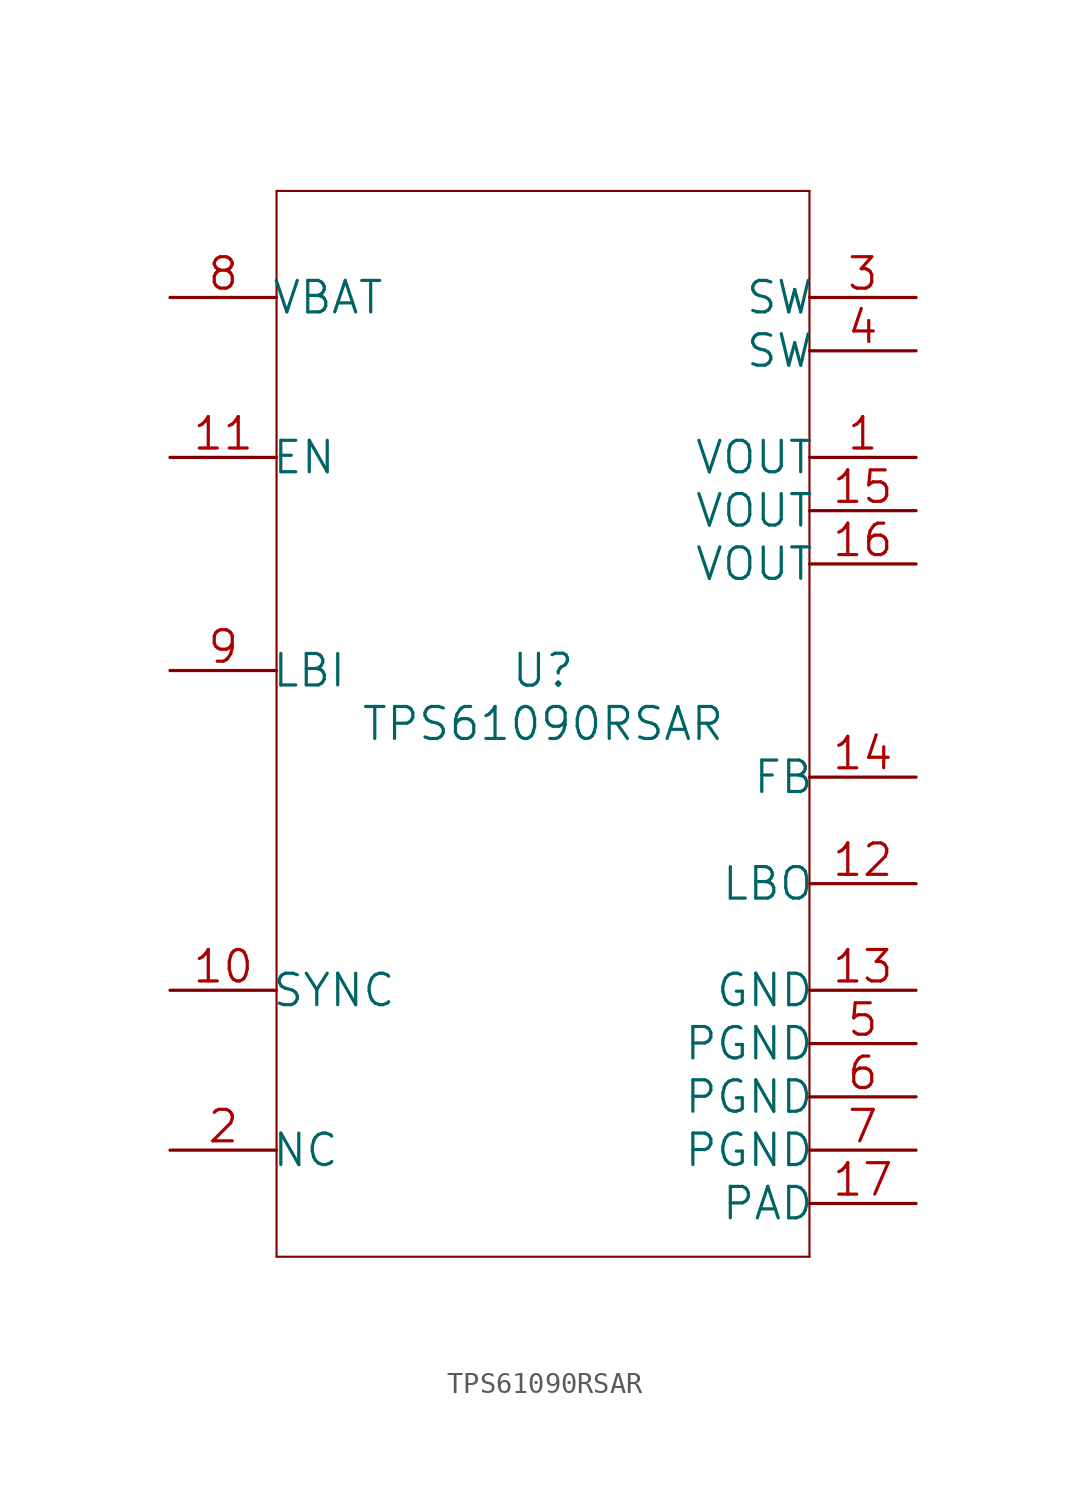
<source format=kicad_sym>
(kicad_symbol_lib
  (version 20211014)
  (generator kicad_symbol_editor)
  (symbol "TPS61090RSAR"
    (pin_names
      (offset -0.254))
    (property "Reference" "U"
      (at 0 2.54 0)
      (effects (font (size 1.524 1.524))))
    (property "Value" "TPS61090RSAR"
      (at 0 0 0)
      (effects (font (size 1.524 1.524))))
    (property "Datasheet" ""
      (at 0 0 0)
      (effects (font (size 1.524 1.524))))
    (property "ki_locked" ""
      (at 0 0 0)
      (effects (font (size 1.27 1.27))))
    (symbol "TPS61090RSAR_1_1"
      (polyline (pts (xy -12.7 -25.4) (xy 12.7 -25.4)) (stroke (width 0.102) (type default) (color 0 0 0 0)) (fill (type none)))
      (polyline (pts (xy -12.7 25.4) (xy -12.7 -25.4)) (stroke (width 0.102) (type default) (color 0 0 0 0)) (fill (type none)))
      (polyline (pts (xy 12.7 -25.4) (xy 12.7 25.4)) (stroke (width 0.102) (type default) (color 0 0 0 0)) (fill (type none)))
      (polyline (pts (xy 12.7 25.4) (xy -12.7 25.4)) (stroke (width 0.102) (type default) (color 0 0 0 0)) (fill (type none)))
      (pin power_in line (at 17.78 12.7 180) (length 5.08) (name "VOUT" (effects (font (size 1.499 1.499)))) (number "1" (effects (font (size 1.499 1.499)))))
      (pin input line (at -17.78 -12.7 0) (length 5.08) (name "SYNC" (effects (font (size 1.499 1.499)))) (number "10" (effects (font (size 1.499 1.499)))))
      (pin input line (at -17.78 12.7 0) (length 5.08) (name "EN" (effects (font (size 1.499 1.499)))) (number "11" (effects (font (size 1.499 1.499)))))
      (pin open_collector line (at 17.78 -7.62 180) (length 5.08) (name "LBO" (effects (font (size 1.499 1.499)))) (number "12" (effects (font (size 1.499 1.499)))))
      (pin power_in line (at 17.78 -12.7 180) (length 5.08) (name "GND" (effects (font (size 1.499 1.499)))) (number "13" (effects (font (size 1.499 1.499)))))
      (pin input line (at 17.78 -2.54 180) (length 5.08) (name "FB" (effects (font (size 1.499 1.499)))) (number "14" (effects (font (size 1.499 1.499)))))
      (pin power_in line (at 17.78 10.16 180) (length 5.08) (name "VOUT" (effects (font (size 1.499 1.499)))) (number "15" (effects (font (size 1.499 1.499)))))
      (pin power_in line (at 17.78 7.62 180) (length 5.08) (name "VOUT" (effects (font (size 1.499 1.499)))) (number "16" (effects (font (size 1.499 1.499)))))
      (pin power_in line (at 17.78 -22.86 180) (length 5.08) (name "PAD" (effects (font (size 1.499 1.499)))) (number "17" (effects (font (size 1.499 1.499)))))
      (pin unspecified line (at -17.78 -20.32 0) (length 5.08) (name "NC" (effects (font (size 1.499 1.499)))) (number "2" (effects (font (size 1.499 1.499)))))
      (pin power_in line (at 17.78 20.32 180) (length 5.08) (name "SW" (effects (font (size 1.499 1.499)))) (number "3" (effects (font (size 1.499 1.499)))))
      (pin power_in line (at 17.78 17.78 180) (length 5.08) (name "SW" (effects (font (size 1.499 1.499)))) (number "4" (effects (font (size 1.499 1.499)))))
      (pin power_in line (at 17.78 -15.24 180) (length 5.08) (name "PGND" (effects (font (size 1.499 1.499)))) (number "5" (effects (font (size 1.499 1.499)))))
      (pin power_in line (at 17.78 -17.78 180) (length 5.08) (name "PGND" (effects (font (size 1.499 1.499)))) (number "6" (effects (font (size 1.499 1.499)))))
      (pin power_in line (at 17.78 -20.32 180) (length 5.08) (name "PGND" (effects (font (size 1.499 1.499)))) (number "7" (effects (font (size 1.499 1.499)))))
      (pin power_in line (at -17.78 20.32 0) (length 5.08) (name "VBAT" (effects (font (size 1.499 1.499)))) (number "8" (effects (font (size 1.499 1.499)))))
      (pin input line (at -17.78 2.54 0) (length 5.08) (name "LBI" (effects (font (size 1.499 1.499)))) (number "9" (effects (font (size 1.499 1.499))))))))
</source>
